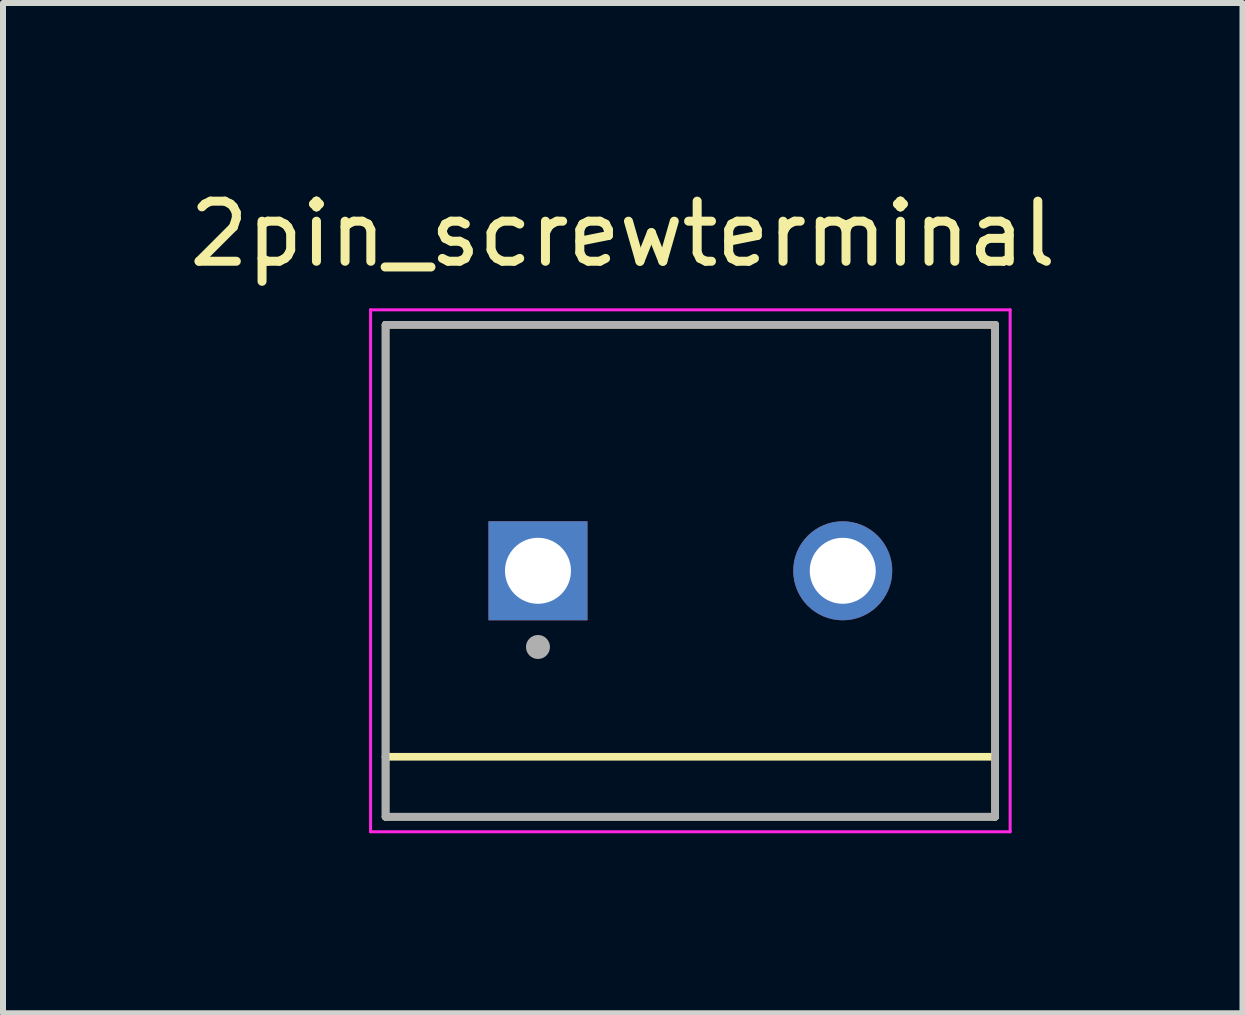
<source format=kicad_pcb>
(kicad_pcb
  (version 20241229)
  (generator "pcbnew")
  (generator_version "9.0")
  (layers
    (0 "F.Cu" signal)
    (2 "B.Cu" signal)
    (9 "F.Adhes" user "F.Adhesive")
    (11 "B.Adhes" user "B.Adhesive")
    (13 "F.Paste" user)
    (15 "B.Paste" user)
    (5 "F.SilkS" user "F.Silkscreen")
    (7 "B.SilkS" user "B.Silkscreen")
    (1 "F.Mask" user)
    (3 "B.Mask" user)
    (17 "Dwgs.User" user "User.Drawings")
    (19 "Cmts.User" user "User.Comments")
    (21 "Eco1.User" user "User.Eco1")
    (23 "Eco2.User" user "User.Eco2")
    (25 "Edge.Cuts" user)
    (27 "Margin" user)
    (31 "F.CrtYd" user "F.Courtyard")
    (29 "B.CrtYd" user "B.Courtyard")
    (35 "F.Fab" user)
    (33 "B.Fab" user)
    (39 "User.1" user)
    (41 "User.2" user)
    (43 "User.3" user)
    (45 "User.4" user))
  (footprint "2pin_screwterminal"
    (layer "F.Cu")
    (at 8.457 6.464)
    (property "Reference" "2pin_screwterminal" (at -1.127 -5.615 0) (layer "F.SilkS") (effects (font (size 1.002 1.002) (thickness 0.15))))
    (attr through_hole)
    (fp_line (start -5.08 -4.1) (end 5.08 -4.1) (stroke (width 0.127) (type solid)) (layer "F.SilkS"))
    (fp_line (start -5.08 3.1) (end -5.08 -4.1) (stroke (width 0.127) (type solid)) (layer "F.SilkS"))
    (fp_line (start -5.08 3.1) (end 5.08 3.1) (stroke (width 0.127) (type solid)) (layer "F.SilkS"))
    (fp_line (start -5.08 4.1) (end -5.08 3.1) (stroke (width 0.127) (type solid)) (layer "F.SilkS"))
    (fp_line (start 5.08 -4.1) (end 5.08 3.1) (stroke (width 0.127) (type solid)) (layer "F.SilkS"))
    (fp_line (start 5.08 3.1) (end 5.08 4.1) (stroke (width 0.127) (type solid)) (layer "F.SilkS"))
    (fp_line (start 5.08 4.1) (end -5.08 4.1) (stroke (width 0.127) (type solid)) (layer "F.SilkS"))
    (fp_line (start -5.33 -4.35) (end 5.33 -4.35) (stroke (width 0.05) (type solid)) (layer "F.CrtYd"))
    (fp_line (start -5.33 4.35) (end -5.33 -4.35) (stroke (width 0.05) (type solid)) (layer "F.CrtYd"))
    (fp_line (start 5.33 -4.35) (end 5.33 4.35) (stroke (width 0.05) (type solid)) (layer "F.CrtYd"))
    (fp_line (start 5.33 4.35) (end -5.33 4.35) (stroke (width 0.05) (type solid)) (layer "F.CrtYd"))
    (fp_line (start -5.08 -4.1) (end 5.08 -4.1) (stroke (width 0.127) (type solid)) (layer "F.Fab"))
    (fp_line (start -5.08 4.1) (end -5.08 -4.1) (stroke (width 0.127) (type solid)) (layer "F.Fab"))
    (fp_line (start 5.08 -4.1) (end 5.08 4.1) (stroke (width 0.127) (type solid)) (layer "F.Fab"))
    (fp_line (start 5.08 4.1) (end -5.08 4.1) (stroke (width 0.127) (type solid)) (layer "F.Fab"))
    (fp_circle (center -2.54 1.27) (end -2.44 1.27) (stroke (width 0.2) (type solid)) (fill no) (layer "F.Fab"))
    (pad "1" thru_hole rect (at -2.54 0) (size 1.65 1.65) (drill 1.1) (layers "*.Cu" "*.Mask"))
    (pad "2" thru_hole circle (at 2.54 0) (size 1.65 1.65) (drill 1.1) (layers "*.Cu" "*.Mask")))
  (gr_rect
    (start -3 -3)
    (end 17.66 13.839)
    (stroke (width 0.1) (type default))
    (fill no)
    (layer "Edge.Cuts")))
</source>
